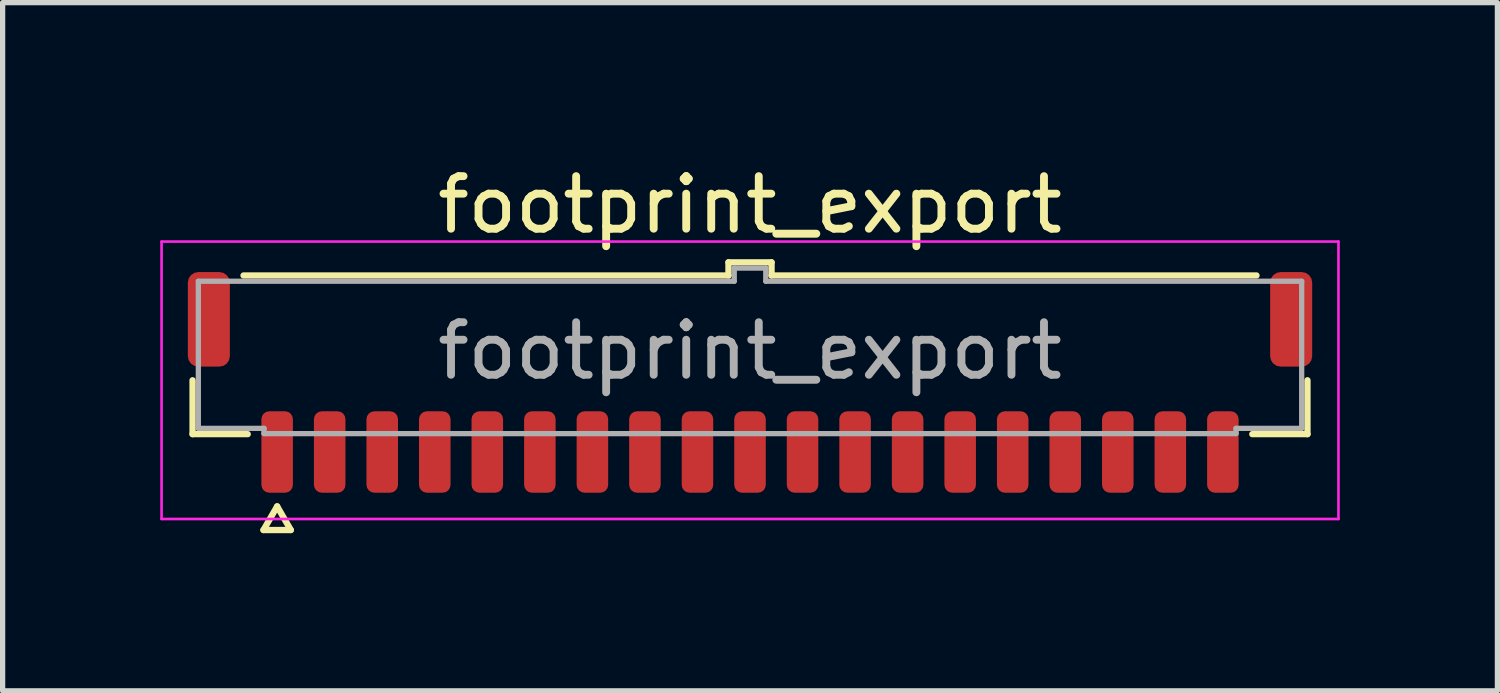
<source format=kicad_pcb>
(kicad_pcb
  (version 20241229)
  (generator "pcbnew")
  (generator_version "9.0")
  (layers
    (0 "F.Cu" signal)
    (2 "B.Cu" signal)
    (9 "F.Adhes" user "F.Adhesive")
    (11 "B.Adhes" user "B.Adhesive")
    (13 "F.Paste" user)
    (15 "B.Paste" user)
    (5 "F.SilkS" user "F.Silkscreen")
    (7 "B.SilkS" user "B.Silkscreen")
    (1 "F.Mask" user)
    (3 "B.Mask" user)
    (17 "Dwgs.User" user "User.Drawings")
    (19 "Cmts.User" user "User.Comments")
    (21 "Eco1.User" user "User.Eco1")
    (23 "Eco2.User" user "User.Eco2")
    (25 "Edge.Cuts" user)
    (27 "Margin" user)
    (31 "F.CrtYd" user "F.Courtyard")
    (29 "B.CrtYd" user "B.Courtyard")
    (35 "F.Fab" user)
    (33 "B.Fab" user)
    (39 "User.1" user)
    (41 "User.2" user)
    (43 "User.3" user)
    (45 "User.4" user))
  (footprint "footprint_export"
    (layer "F.Cu")
    (at 11.225 3.628)
    (property "Reference" "footprint_export" (at 0 -2.78 0) (layer "F.SilkS") (effects (font (size 1 1) (thickness 0.15))))
    (attr smd)
    (fp_line (start -10.61 1.585) (end -10.61 0.56) (stroke (width 0.12) (type solid)) (layer "F.SilkS"))
    (fp_line (start -9.64 -1.435) (end -0.41 -1.435) (stroke (width 0.12) (type solid)) (layer "F.SilkS"))
    (fp_line (start -9.56 1.585) (end -10.61 1.585) (stroke (width 0.12) (type solid)) (layer "F.SilkS"))
    (fp_line (start -9.26 3.41) (end -9 2.96) (stroke (width 0.12) (type solid)) (layer "F.SilkS"))
    (fp_line (start -9 2.96) (end -8.74 3.41) (stroke (width 0.12) (type solid)) (layer "F.SilkS"))
    (fp_line (start -8.74 3.41) (end -9.26 3.41) (stroke (width 0.12) (type solid)) (layer "F.SilkS"))
    (fp_line (start -0.41 -1.685) (end 0.41 -1.685) (stroke (width 0.12) (type solid)) (layer "F.SilkS"))
    (fp_line (start -0.41 -1.435) (end -0.41 -1.685) (stroke (width 0.12) (type solid)) (layer "F.SilkS"))
    (fp_line (start 0.41 -1.685) (end 0.41 -1.435) (stroke (width 0.12) (type solid)) (layer "F.SilkS"))
    (fp_line (start 0.41 -1.435) (end 9.64 -1.435) (stroke (width 0.12) (type solid)) (layer "F.SilkS"))
    (fp_line (start 10.61 0.56) (end 10.61 1.585) (stroke (width 0.12) (type solid)) (layer "F.SilkS"))
    (fp_line (start 10.61 1.585) (end 9.56 1.585) (stroke (width 0.12) (type solid)) (layer "F.SilkS"))
    (fp_line (start -11.2 -2.08) (end -11.2 3.2) (stroke (width 0.05) (type solid)) (layer "F.CrtYd"))
    (fp_line (start -11.2 3.2) (end 11.2 3.2) (stroke (width 0.05) (type solid)) (layer "F.CrtYd"))
    (fp_line (start 11.2 -2.08) (end -11.2 -2.08) (stroke (width 0.05) (type solid)) (layer "F.CrtYd"))
    (fp_line (start 11.2 3.2) (end 11.2 -2.08) (stroke (width 0.05) (type solid)) (layer "F.CrtYd"))
    (fp_line (start -10.5 -1.325) (end -0.3 -1.325) (stroke (width 0.1) (type solid)) (layer "F.Fab"))
    (fp_line (start -10.5 1.475) (end -10.5 -1.325) (stroke (width 0.1) (type solid)) (layer "F.Fab"))
    (fp_line (start -9.25 1.475) (end -10.5 1.475) (stroke (width 0.1) (type solid)) (layer "F.Fab"))
    (fp_line (start -9.25 1.575) (end -9.25 1.475) (stroke (width 0.1) (type solid)) (layer "F.Fab"))
    (fp_line (start -0.3 -1.575) (end 0.3 -1.575) (stroke (width 0.1) (type solid)) (layer "F.Fab"))
    (fp_line (start -0.3 -1.325) (end -0.3 -1.575) (stroke (width 0.1) (type solid)) (layer "F.Fab"))
    (fp_line (start 0.3 -1.575) (end 0.3 -1.325) (stroke (width 0.1) (type solid)) (layer "F.Fab"))
    (fp_line (start 0.3 -1.325) (end 10.5 -1.325) (stroke (width 0.1) (type solid)) (layer "F.Fab"))
    (fp_line (start 9.25 1.475) (end 9.25 1.575) (stroke (width 0.1) (type solid)) (layer "F.Fab"))
    (fp_line (start 9.25 1.575) (end -9.25 1.575) (stroke (width 0.1) (type solid)) (layer "F.Fab"))
    (fp_line (start 10.5 -1.325) (end 10.5 1.475) (stroke (width 0.1) (type solid)) (layer "F.Fab"))
    (fp_line (start 10.5 1.475) (end 9.25 1.475) (stroke (width 0.1) (type solid)) (layer "F.Fab"))
    (fp_text user "${REFERENCE}" (at 0 0 0) (layer "F.Fab") (effects (font (size 1 1) (thickness 0.15))))
    (pad "1" smd roundrect (at -9 1.925) (size 0.6 1.55) (layers "F.Cu" "F.Mask" "F.Paste") (roundrect_rratio 0.25))
    (pad "2" smd roundrect (at -8 1.925) (size 0.6 1.55) (layers "F.Cu" "F.Mask" "F.Paste") (roundrect_rratio 0.25))
    (pad "3" smd roundrect (at -7 1.925) (size 0.6 1.55) (layers "F.Cu" "F.Mask" "F.Paste") (roundrect_rratio 0.25))
    (pad "4" smd roundrect (at -6 1.925) (size 0.6 1.55) (layers "F.Cu" "F.Mask" "F.Paste") (roundrect_rratio 0.25))
    (pad "5" smd roundrect (at -5 1.925) (size 0.6 1.55) (layers "F.Cu" "F.Mask" "F.Paste") (roundrect_rratio 0.25))
    (pad "6" smd roundrect (at -4 1.925) (size 0.6 1.55) (layers "F.Cu" "F.Mask" "F.Paste") (roundrect_rratio 0.25))
    (pad "7" smd roundrect (at -3 1.925) (size 0.6 1.55) (layers "F.Cu" "F.Mask" "F.Paste") (roundrect_rratio 0.25))
    (pad "8" smd roundrect (at -2 1.925) (size 0.6 1.55) (layers "F.Cu" "F.Mask" "F.Paste") (roundrect_rratio 0.25))
    (pad "9" smd roundrect (at -1 1.925) (size 0.6 1.55) (layers "F.Cu" "F.Mask" "F.Paste") (roundrect_rratio 0.25))
    (pad "10" smd roundrect (at 0 1.925) (size 0.6 1.55) (layers "F.Cu" "F.Mask" "F.Paste") (roundrect_rratio 0.25))
    (pad "11" smd roundrect (at 1 1.925) (size 0.6 1.55) (layers "F.Cu" "F.Mask" "F.Paste") (roundrect_rratio 0.25))
    (pad "12" smd roundrect (at 2 1.925) (size 0.6 1.55) (layers "F.Cu" "F.Mask" "F.Paste") (roundrect_rratio 0.25))
    (pad "13" smd roundrect (at 3 1.925) (size 0.6 1.55) (layers "F.Cu" "F.Mask" "F.Paste") (roundrect_rratio 0.25))
    (pad "14" smd roundrect (at 4 1.925) (size 0.6 1.55) (layers "F.Cu" "F.Mask" "F.Paste") (roundrect_rratio 0.25))
    (pad "15" smd roundrect (at 5 1.925) (size 0.6 1.55) (layers "F.Cu" "F.Mask" "F.Paste") (roundrect_rratio 0.25))
    (pad "16" smd roundrect (at 6 1.925) (size 0.6 1.55) (layers "F.Cu" "F.Mask" "F.Paste") (roundrect_rratio 0.25))
    (pad "17" smd roundrect (at 7 1.925) (size 0.6 1.55) (layers "F.Cu" "F.Mask" "F.Paste") (roundrect_rratio 0.25))
    (pad "18" smd roundrect (at 8 1.925) (size 0.6 1.55) (layers "F.Cu" "F.Mask" "F.Paste") (roundrect_rratio 0.25))
    (pad "19" smd roundrect (at 9 1.925) (size 0.6 1.55) (layers "F.Cu" "F.Mask" "F.Paste") (roundrect_rratio 0.25))
    (pad "MP" smd roundrect (at -10.3 -0.6) (size 0.8 1.8) (layers "F.Cu" "F.Mask" "F.Paste") (roundrect_rratio 0.25))
    (pad "MP" smd roundrect (at 10.3 -0.6) (size 0.8 1.8) (layers "F.Cu" "F.Mask" "F.Paste") (roundrect_rratio 0.25)))
  (gr_rect
    (start -3 -3)
    (end 25.45 10.098)
    (stroke (width 0.1) (type default))
    (fill no)
    (layer "Edge.Cuts")))
</source>
